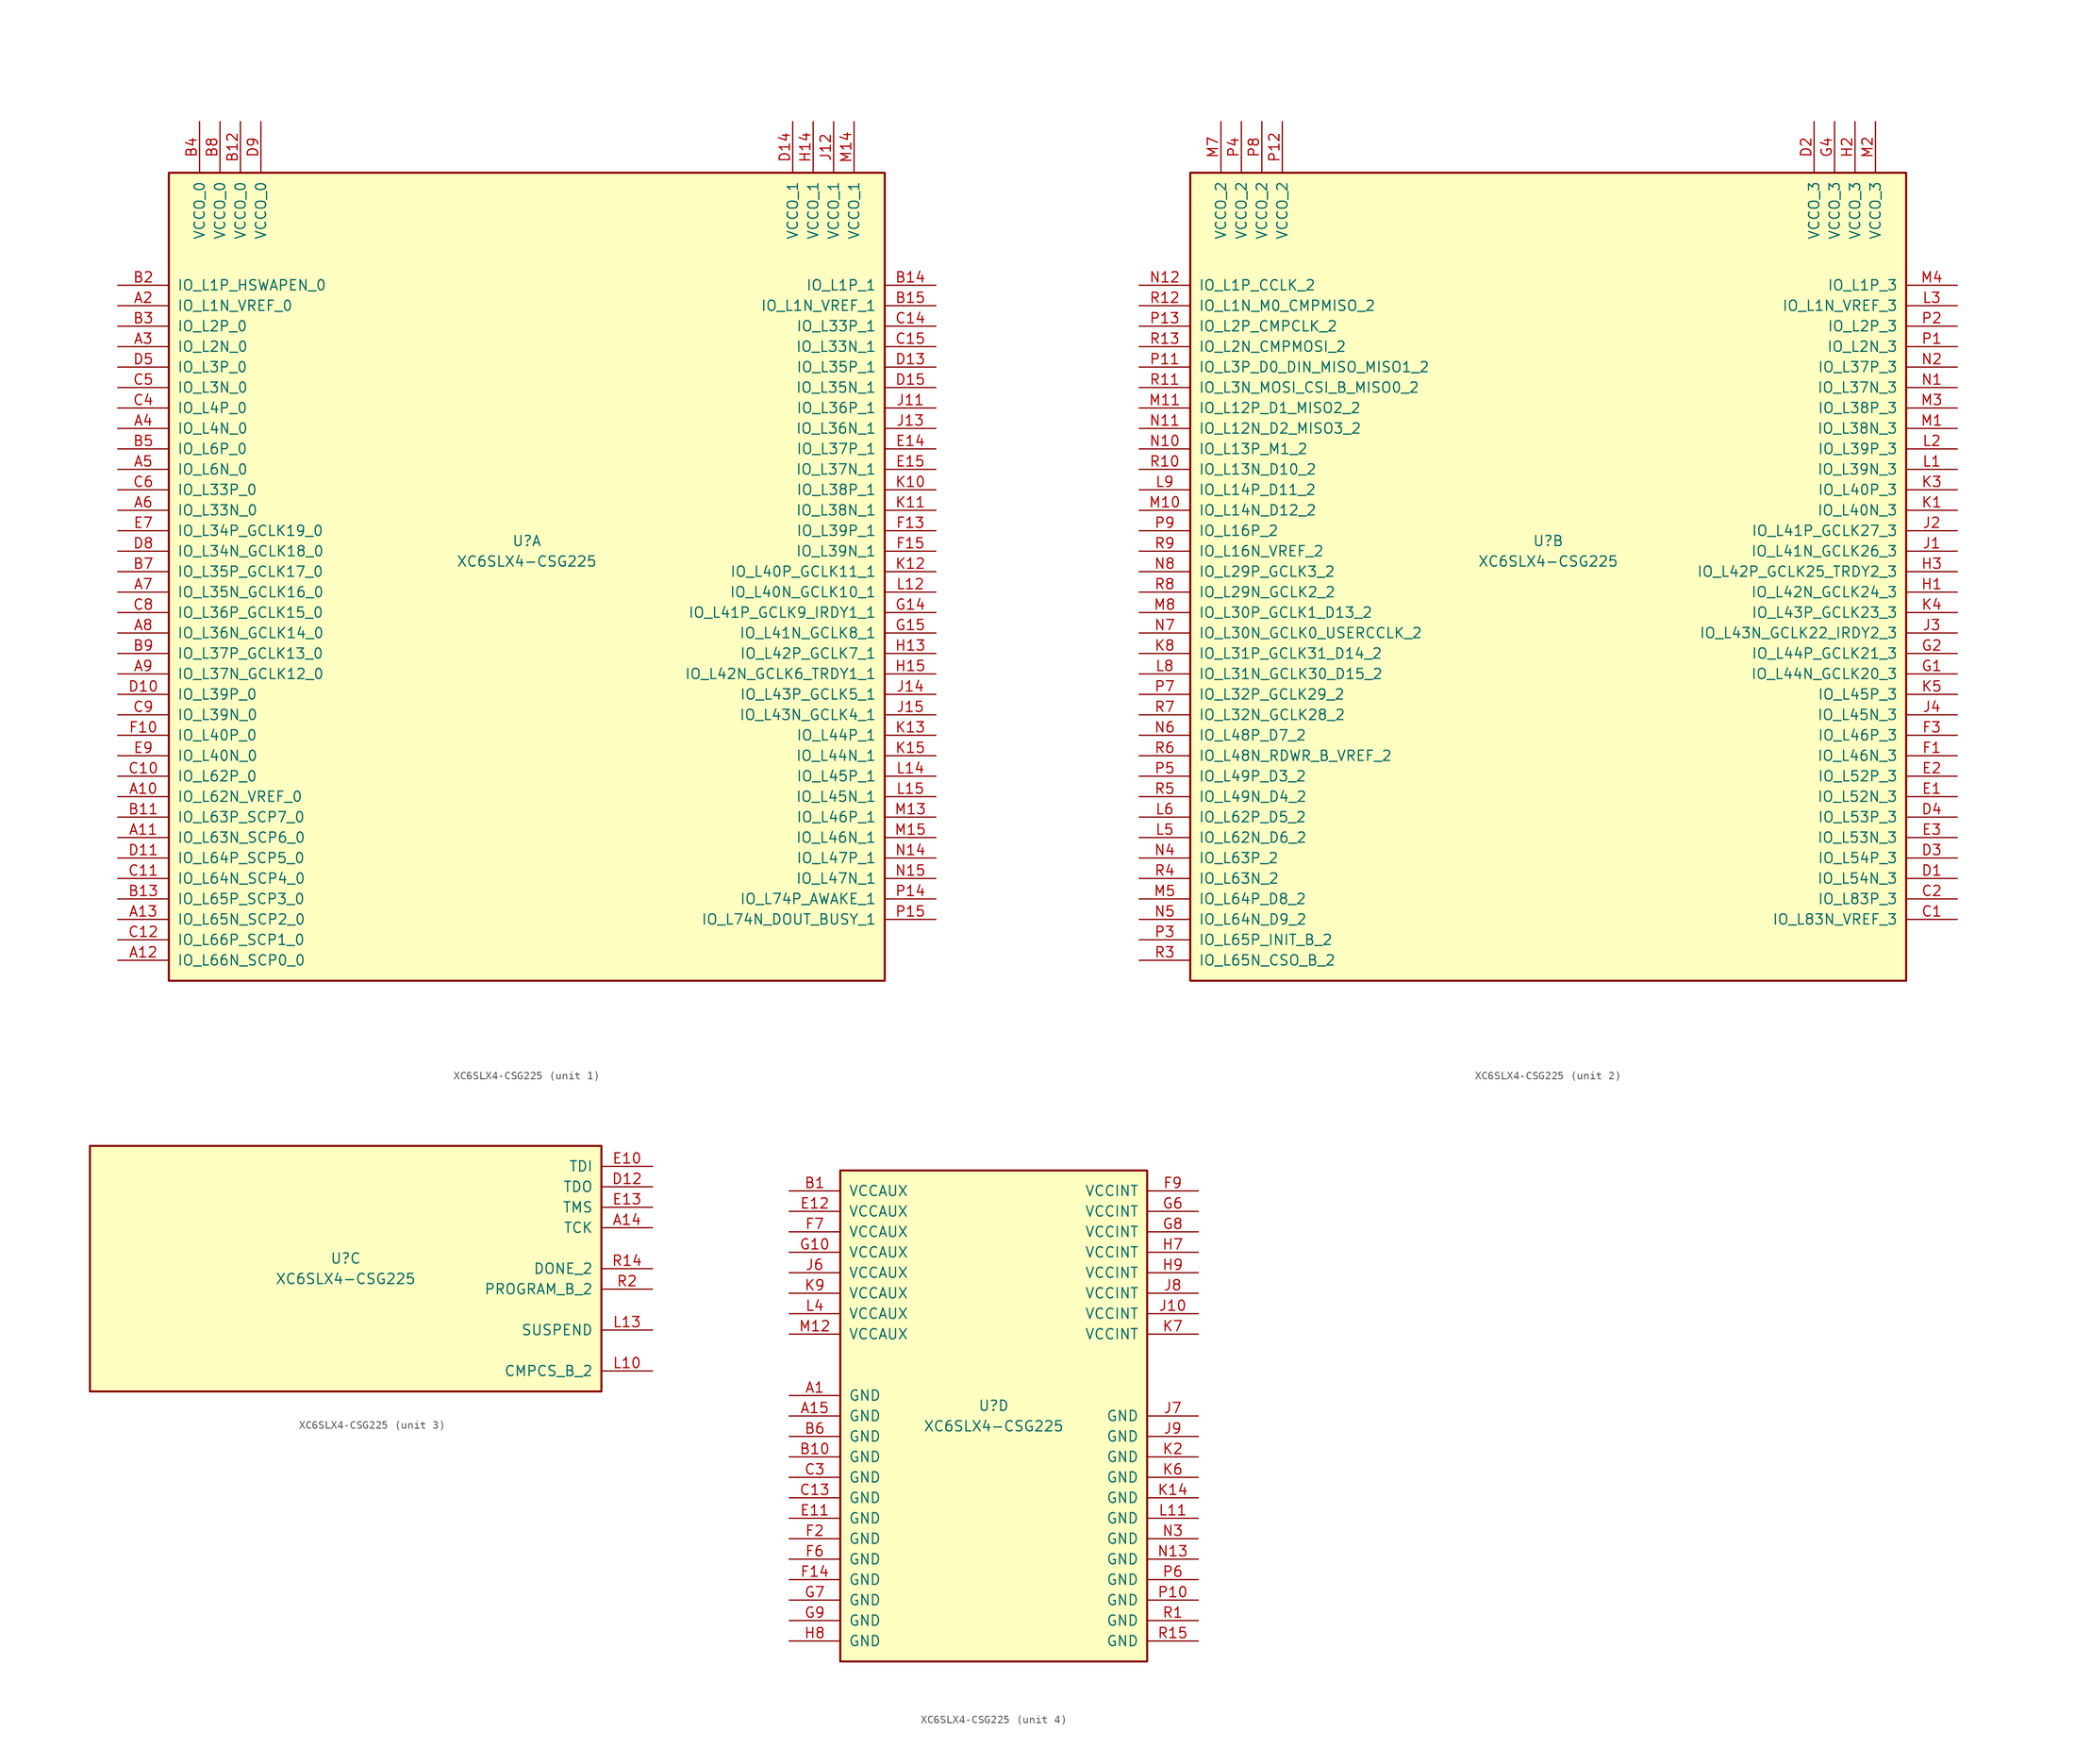
<source format=kicad_sym>
(kicad_symbol_lib
  (version 20201005)
  (generator kicad_symbol_editor)
  (symbol "XC6SLX4-CSG225"
    (pin_names
      (offset 1.016))
    (property "Reference" "U"
      (at 0 1.27 0)
      (effects (font (size 1.27 1.27))))
    (property "Value" "XC6SLX4-CSG225"
      (at 0 -1.27 0)
      (effects (font (size 1.27 1.27))))
    (property "Datasheet" ""
      (at 0 0 0)
      (effects (font (size 1.27 1.27))))
    (property "ki_locked" ""
      (at 0 0 0)
      (effects (font (size 1.27 1.27))))
    (symbol "XC6SLX4-CSG225_1_1"
      (rectangle (start -44.45 46.99) (end 44.45 -53.34) (stroke (width 0.254)) (fill (type background)))
      (pin power_in line (at -40.64 53.34 270) (length 6.35) (name "VCCO_0" (effects (font (size 1.27 1.27)))) (number "B4" (effects (font (size 1.27 1.27)))))
      (pin power_in line (at -38.1 53.34 270) (length 6.35) (name "VCCO_0" (effects (font (size 1.27 1.27)))) (number "B8" (effects (font (size 1.27 1.27)))))
      (pin power_in line (at -35.56 53.34 270) (length 6.35) (name "VCCO_0" (effects (font (size 1.27 1.27)))) (number "B12" (effects (font (size 1.27 1.27)))))
      (pin power_in line (at -33.02 53.34 270) (length 6.35) (name "VCCO_0" (effects (font (size 1.27 1.27)))) (number "D9" (effects (font (size 1.27 1.27)))))
      (pin bidirectional line (at -50.8 33.02 0) (length 6.35) (name "IO_L1P_HSWAPEN_0" (effects (font (size 1.27 1.27)))) (number "B2" (effects (font (size 1.27 1.27)))))
      (pin bidirectional line (at -50.8 30.48 0) (length 6.35) (name "IO_L1N_VREF_0" (effects (font (size 1.27 1.27)))) (number "A2" (effects (font (size 1.27 1.27)))))
      (pin bidirectional line (at -50.8 27.94 0) (length 6.35) (name "IO_L2P_0" (effects (font (size 1.27 1.27)))) (number "B3" (effects (font (size 1.27 1.27)))))
      (pin bidirectional line (at -50.8 25.4 0) (length 6.35) (name "IO_L2N_0" (effects (font (size 1.27 1.27)))) (number "A3" (effects (font (size 1.27 1.27)))))
      (pin bidirectional line (at -50.8 22.86 0) (length 6.35) (name "IO_L3P_0" (effects (font (size 1.27 1.27)))) (number "D5" (effects (font (size 1.27 1.27)))))
      (pin bidirectional line (at -50.8 20.32 0) (length 6.35) (name "IO_L3N_0" (effects (font (size 1.27 1.27)))) (number "C5" (effects (font (size 1.27 1.27)))))
      (pin bidirectional line (at -50.8 17.78 0) (length 6.35) (name "IO_L4P_0" (effects (font (size 1.27 1.27)))) (number "C4" (effects (font (size 1.27 1.27)))))
      (pin bidirectional line (at -50.8 15.24 0) (length 6.35) (name "IO_L4N_0" (effects (font (size 1.27 1.27)))) (number "A4" (effects (font (size 1.27 1.27)))))
      (pin bidirectional line (at -50.8 12.7 0) (length 6.35) (name "IO_L6P_0" (effects (font (size 1.27 1.27)))) (number "B5" (effects (font (size 1.27 1.27)))))
      (pin bidirectional line (at -50.8 10.16 0) (length 6.35) (name "IO_L6N_0" (effects (font (size 1.27 1.27)))) (number "A5" (effects (font (size 1.27 1.27)))))
      (pin bidirectional line (at -50.8 7.62 0) (length 6.35) (name "IO_L33P_0" (effects (font (size 1.27 1.27)))) (number "C6" (effects (font (size 1.27 1.27)))))
      (pin bidirectional line (at -50.8 5.08 0) (length 6.35) (name "IO_L33N_0" (effects (font (size 1.27 1.27)))) (number "A6" (effects (font (size 1.27 1.27)))))
      (pin bidirectional line (at -50.8 2.54 0) (length 6.35) (name "IO_L34P_GCLK19_0" (effects (font (size 1.27 1.27)))) (number "E7" (effects (font (size 1.27 1.27)))))
      (pin bidirectional line (at -50.8 0 0) (length 6.35) (name "IO_L34N_GCLK18_0" (effects (font (size 1.27 1.27)))) (number "D8" (effects (font (size 1.27 1.27)))))
      (pin bidirectional line (at -50.8 -2.54 0) (length 6.35) (name "IO_L35P_GCLK17_0" (effects (font (size 1.27 1.27)))) (number "B7" (effects (font (size 1.27 1.27)))))
      (pin bidirectional line (at -50.8 -5.08 0) (length 6.35) (name "IO_L35N_GCLK16_0" (effects (font (size 1.27 1.27)))) (number "A7" (effects (font (size 1.27 1.27)))))
      (pin bidirectional line (at -50.8 -7.62 0) (length 6.35) (name "IO_L36P_GCLK15_0" (effects (font (size 1.27 1.27)))) (number "C8" (effects (font (size 1.27 1.27)))))
      (pin bidirectional line (at -50.8 -10.16 0) (length 6.35) (name "IO_L36N_GCLK14_0" (effects (font (size 1.27 1.27)))) (number "A8" (effects (font (size 1.27 1.27)))))
      (pin bidirectional line (at -50.8 -12.7 0) (length 6.35) (name "IO_L37P_GCLK13_0" (effects (font (size 1.27 1.27)))) (number "B9" (effects (font (size 1.27 1.27)))))
      (pin bidirectional line (at -50.8 -15.24 0) (length 6.35) (name "IO_L37N_GCLK12_0" (effects (font (size 1.27 1.27)))) (number "A9" (effects (font (size 1.27 1.27)))))
      (pin bidirectional line (at -50.8 -17.78 0) (length 6.35) (name "IO_L39P_0" (effects (font (size 1.27 1.27)))) (number "D10" (effects (font (size 1.27 1.27)))))
      (pin bidirectional line (at -50.8 -20.32 0) (length 6.35) (name "IO_L39N_0" (effects (font (size 1.27 1.27)))) (number "C9" (effects (font (size 1.27 1.27)))))
      (pin bidirectional line (at -50.8 -22.86 0) (length 6.35) (name "IO_L40P_0" (effects (font (size 1.27 1.27)))) (number "F10" (effects (font (size 1.27 1.27)))))
      (pin bidirectional line (at -50.8 -25.4 0) (length 6.35) (name "IO_L40N_0" (effects (font (size 1.27 1.27)))) (number "E9" (effects (font (size 1.27 1.27)))))
      (pin bidirectional line (at -50.8 -27.94 0) (length 6.35) (name "IO_L62P_0" (effects (font (size 1.27 1.27)))) (number "C10" (effects (font (size 1.27 1.27)))))
      (pin bidirectional line (at -50.8 -30.48 0) (length 6.35) (name "IO_L62N_VREF_0" (effects (font (size 1.27 1.27)))) (number "A10" (effects (font (size 1.27 1.27)))))
      (pin bidirectional line (at -50.8 -33.02 0) (length 6.35) (name "IO_L63P_SCP7_0" (effects (font (size 1.27 1.27)))) (number "B11" (effects (font (size 1.27 1.27)))))
      (pin bidirectional line (at -50.8 -35.56 0) (length 6.35) (name "IO_L63N_SCP6_0" (effects (font (size 1.27 1.27)))) (number "A11" (effects (font (size 1.27 1.27)))))
      (pin bidirectional line (at -50.8 -38.1 0) (length 6.35) (name "IO_L64P_SCP5_0" (effects (font (size 1.27 1.27)))) (number "D11" (effects (font (size 1.27 1.27)))))
      (pin bidirectional line (at -50.8 -40.64 0) (length 6.35) (name "IO_L64N_SCP4_0" (effects (font (size 1.27 1.27)))) (number "C11" (effects (font (size 1.27 1.27)))))
      (pin bidirectional line (at -50.8 -43.18 0) (length 6.35) (name "IO_L65P_SCP3_0" (effects (font (size 1.27 1.27)))) (number "B13" (effects (font (size 1.27 1.27)))))
      (pin bidirectional line (at -50.8 -45.72 0) (length 6.35) (name "IO_L65N_SCP2_0" (effects (font (size 1.27 1.27)))) (number "A13" (effects (font (size 1.27 1.27)))))
      (pin bidirectional line (at -50.8 -48.26 0) (length 6.35) (name "IO_L66P_SCP1_0" (effects (font (size 1.27 1.27)))) (number "C12" (effects (font (size 1.27 1.27)))))
      (pin bidirectional line (at -50.8 -50.8 0) (length 6.35) (name "IO_L66N_SCP0_0" (effects (font (size 1.27 1.27)))) (number "A12" (effects (font (size 1.27 1.27)))))
      (pin power_in line (at 33.02 53.34 270) (length 6.35) (name "VCCO_1" (effects (font (size 1.27 1.27)))) (number "D14" (effects (font (size 1.27 1.27)))))
      (pin power_in line (at 35.56 53.34 270) (length 6.35) (name "VCCO_1" (effects (font (size 1.27 1.27)))) (number "H14" (effects (font (size 1.27 1.27)))))
      (pin power_in line (at 38.1 53.34 270) (length 6.35) (name "VCCO_1" (effects (font (size 1.27 1.27)))) (number "J12" (effects (font (size 1.27 1.27)))))
      (pin power_in line (at 40.64 53.34 270) (length 6.35) (name "VCCO_1" (effects (font (size 1.27 1.27)))) (number "M14" (effects (font (size 1.27 1.27)))))
      (pin bidirectional line (at 50.8 33.02 180) (length 6.35) (name "IO_L1P_1" (effects (font (size 1.27 1.27)))) (number "B14" (effects (font (size 1.27 1.27)))))
      (pin bidirectional line (at 50.8 30.48 180) (length 6.35) (name "IO_L1N_VREF_1" (effects (font (size 1.27 1.27)))) (number "B15" (effects (font (size 1.27 1.27)))))
      (pin bidirectional line (at 50.8 27.94 180) (length 6.35) (name "IO_L33P_1" (effects (font (size 1.27 1.27)))) (number "C14" (effects (font (size 1.27 1.27)))))
      (pin bidirectional line (at 50.8 25.4 180) (length 6.35) (name "IO_L33N_1" (effects (font (size 1.27 1.27)))) (number "C15" (effects (font (size 1.27 1.27)))))
      (pin bidirectional line (at 50.8 22.86 180) (length 6.35) (name "IO_L35P_1" (effects (font (size 1.27 1.27)))) (number "D13" (effects (font (size 1.27 1.27)))))
      (pin bidirectional line (at 50.8 20.32 180) (length 6.35) (name "IO_L35N_1" (effects (font (size 1.27 1.27)))) (number "D15" (effects (font (size 1.27 1.27)))))
      (pin bidirectional line (at 50.8 17.78 180) (length 6.35) (name "IO_L36P_1" (effects (font (size 1.27 1.27)))) (number "J11" (effects (font (size 1.27 1.27)))))
      (pin bidirectional line (at 50.8 15.24 180) (length 6.35) (name "IO_L36N_1" (effects (font (size 1.27 1.27)))) (number "J13" (effects (font (size 1.27 1.27)))))
      (pin bidirectional line (at 50.8 12.7 180) (length 6.35) (name "IO_L37P_1" (effects (font (size 1.27 1.27)))) (number "E14" (effects (font (size 1.27 1.27)))))
      (pin bidirectional line (at 50.8 10.16 180) (length 6.35) (name "IO_L37N_1" (effects (font (size 1.27 1.27)))) (number "E15" (effects (font (size 1.27 1.27)))))
      (pin bidirectional line (at 50.8 7.62 180) (length 6.35) (name "IO_L38P_1" (effects (font (size 1.27 1.27)))) (number "K10" (effects (font (size 1.27 1.27)))))
      (pin bidirectional line (at 50.8 5.08 180) (length 6.35) (name "IO_L38N_1" (effects (font (size 1.27 1.27)))) (number "K11" (effects (font (size 1.27 1.27)))))
      (pin bidirectional line (at 50.8 2.54 180) (length 6.35) (name "IO_L39P_1" (effects (font (size 1.27 1.27)))) (number "F13" (effects (font (size 1.27 1.27)))))
      (pin bidirectional line (at 50.8 0 180) (length 6.35) (name "IO_L39N_1" (effects (font (size 1.27 1.27)))) (number "F15" (effects (font (size 1.27 1.27)))))
      (pin bidirectional line (at 50.8 -2.54 180) (length 6.35) (name "IO_L40P_GCLK11_1" (effects (font (size 1.27 1.27)))) (number "K12" (effects (font (size 1.27 1.27)))))
      (pin bidirectional line (at 50.8 -5.08 180) (length 6.35) (name "IO_L40N_GCLK10_1" (effects (font (size 1.27 1.27)))) (number "L12" (effects (font (size 1.27 1.27)))))
      (pin bidirectional line (at 50.8 -7.62 180) (length 6.35) (name "IO_L41P_GCLK9_IRDY1_1" (effects (font (size 1.27 1.27)))) (number "G14" (effects (font (size 1.27 1.27)))))
      (pin bidirectional line (at 50.8 -10.16 180) (length 6.35) (name "IO_L41N_GCLK8_1" (effects (font (size 1.27 1.27)))) (number "G15" (effects (font (size 1.27 1.27)))))
      (pin bidirectional line (at 50.8 -12.7 180) (length 6.35) (name "IO_L42P_GCLK7_1" (effects (font (size 1.27 1.27)))) (number "H13" (effects (font (size 1.27 1.27)))))
      (pin bidirectional line (at 50.8 -15.24 180) (length 6.35) (name "IO_L42N_GCLK6_TRDY1_1" (effects (font (size 1.27 1.27)))) (number "H15" (effects (font (size 1.27 1.27)))))
      (pin bidirectional line (at 50.8 -17.78 180) (length 6.35) (name "IO_L43P_GCLK5_1" (effects (font (size 1.27 1.27)))) (number "J14" (effects (font (size 1.27 1.27)))))
      (pin bidirectional line (at 50.8 -20.32 180) (length 6.35) (name "IO_L43N_GCLK4_1" (effects (font (size 1.27 1.27)))) (number "J15" (effects (font (size 1.27 1.27)))))
      (pin bidirectional line (at 50.8 -22.86 180) (length 6.35) (name "IO_L44P_1" (effects (font (size 1.27 1.27)))) (number "K13" (effects (font (size 1.27 1.27)))))
      (pin bidirectional line (at 50.8 -25.4 180) (length 6.35) (name "IO_L44N_1" (effects (font (size 1.27 1.27)))) (number "K15" (effects (font (size 1.27 1.27)))))
      (pin bidirectional line (at 50.8 -27.94 180) (length 6.35) (name "IO_L45P_1" (effects (font (size 1.27 1.27)))) (number "L14" (effects (font (size 1.27 1.27)))))
      (pin bidirectional line (at 50.8 -30.48 180) (length 6.35) (name "IO_L45N_1" (effects (font (size 1.27 1.27)))) (number "L15" (effects (font (size 1.27 1.27)))))
      (pin bidirectional line (at 50.8 -33.02 180) (length 6.35) (name "IO_L46P_1" (effects (font (size 1.27 1.27)))) (number "M13" (effects (font (size 1.27 1.27)))))
      (pin bidirectional line (at 50.8 -35.56 180) (length 6.35) (name "IO_L46N_1" (effects (font (size 1.27 1.27)))) (number "M15" (effects (font (size 1.27 1.27)))))
      (pin bidirectional line (at 50.8 -38.1 180) (length 6.35) (name "IO_L47P_1" (effects (font (size 1.27 1.27)))) (number "N14" (effects (font (size 1.27 1.27)))))
      (pin bidirectional line (at 50.8 -40.64 180) (length 6.35) (name "IO_L47N_1" (effects (font (size 1.27 1.27)))) (number "N15" (effects (font (size 1.27 1.27)))))
      (pin bidirectional line (at 50.8 -43.18 180) (length 6.35) (name "IO_L74P_AWAKE_1" (effects (font (size 1.27 1.27)))) (number "P14" (effects (font (size 1.27 1.27)))))
      (pin bidirectional line (at 50.8 -45.72 180) (length 6.35) (name "IO_L74N_DOUT_BUSY_1" (effects (font (size 1.27 1.27)))) (number "P15" (effects (font (size 1.27 1.27))))))
    (symbol "XC6SLX4-CSG225_2_1"
      (rectangle (start -44.45 46.99) (end 44.45 -53.34) (stroke (width 0.254)) (fill (type background)))
      (pin power_in line (at -40.64 53.34 270) (length 6.35) (name "VCCO_2" (effects (font (size 1.27 1.27)))) (number "M7" (effects (font (size 1.27 1.27)))))
      (pin power_in line (at -38.1 53.34 270) (length 6.35) (name "VCCO_2" (effects (font (size 1.27 1.27)))) (number "P4" (effects (font (size 1.27 1.27)))))
      (pin power_in line (at -35.56 53.34 270) (length 6.35) (name "VCCO_2" (effects (font (size 1.27 1.27)))) (number "P8" (effects (font (size 1.27 1.27)))))
      (pin power_in line (at -33.02 53.34 270) (length 6.35) (name "VCCO_2" (effects (font (size 1.27 1.27)))) (number "P12" (effects (font (size 1.27 1.27)))))
      (pin bidirectional line (at -50.8 33.02 0) (length 6.35) (name "IO_L1P_CCLK_2" (effects (font (size 1.27 1.27)))) (number "N12" (effects (font (size 1.27 1.27)))))
      (pin bidirectional line (at -50.8 30.48 0) (length 6.35) (name "IO_L1N_M0_CMPMISO_2" (effects (font (size 1.27 1.27)))) (number "R12" (effects (font (size 1.27 1.27)))))
      (pin bidirectional line (at -50.8 27.94 0) (length 6.35) (name "IO_L2P_CMPCLK_2" (effects (font (size 1.27 1.27)))) (number "P13" (effects (font (size 1.27 1.27)))))
      (pin bidirectional line (at -50.8 25.4 0) (length 6.35) (name "IO_L2N_CMPMOSI_2" (effects (font (size 1.27 1.27)))) (number "R13" (effects (font (size 1.27 1.27)))))
      (pin bidirectional line (at -50.8 22.86 0) (length 6.35) (name "IO_L3P_D0_DIN_MISO_MISO1_2" (effects (font (size 1.27 1.27)))) (number "P11" (effects (font (size 1.27 1.27)))))
      (pin bidirectional line (at -50.8 20.32 0) (length 6.35) (name "IO_L3N_MOSI_CSI_B_MISO0_2" (effects (font (size 1.27 1.27)))) (number "R11" (effects (font (size 1.27 1.27)))))
      (pin bidirectional line (at -50.8 17.78 0) (length 6.35) (name "IO_L12P_D1_MISO2_2" (effects (font (size 1.27 1.27)))) (number "M11" (effects (font (size 1.27 1.27)))))
      (pin bidirectional line (at -50.8 15.24 0) (length 6.35) (name "IO_L12N_D2_MISO3_2" (effects (font (size 1.27 1.27)))) (number "N11" (effects (font (size 1.27 1.27)))))
      (pin bidirectional line (at -50.8 12.7 0) (length 6.35) (name "IO_L13P_M1_2" (effects (font (size 1.27 1.27)))) (number "N10" (effects (font (size 1.27 1.27)))))
      (pin bidirectional line (at -50.8 10.16 0) (length 6.35) (name "IO_L13N_D10_2" (effects (font (size 1.27 1.27)))) (number "R10" (effects (font (size 1.27 1.27)))))
      (pin bidirectional line (at -50.8 7.62 0) (length 6.35) (name "IO_L14P_D11_2" (effects (font (size 1.27 1.27)))) (number "L9" (effects (font (size 1.27 1.27)))))
      (pin bidirectional line (at -50.8 5.08 0) (length 6.35) (name "IO_L14N_D12_2" (effects (font (size 1.27 1.27)))) (number "M10" (effects (font (size 1.27 1.27)))))
      (pin bidirectional line (at -50.8 2.54 0) (length 6.35) (name "IO_L16P_2" (effects (font (size 1.27 1.27)))) (number "P9" (effects (font (size 1.27 1.27)))))
      (pin bidirectional line (at -50.8 0 0) (length 6.35) (name "IO_L16N_VREF_2" (effects (font (size 1.27 1.27)))) (number "R9" (effects (font (size 1.27 1.27)))))
      (pin bidirectional line (at -50.8 -2.54 0) (length 6.35) (name "IO_L29P_GCLK3_2" (effects (font (size 1.27 1.27)))) (number "N8" (effects (font (size 1.27 1.27)))))
      (pin bidirectional line (at -50.8 -5.08 0) (length 6.35) (name "IO_L29N_GCLK2_2" (effects (font (size 1.27 1.27)))) (number "R8" (effects (font (size 1.27 1.27)))))
      (pin bidirectional line (at -50.8 -7.62 0) (length 6.35) (name "IO_L30P_GCLK1_D13_2" (effects (font (size 1.27 1.27)))) (number "M8" (effects (font (size 1.27 1.27)))))
      (pin bidirectional line (at -50.8 -10.16 0) (length 6.35) (name "IO_L30N_GCLK0_USERCCLK_2" (effects (font (size 1.27 1.27)))) (number "N7" (effects (font (size 1.27 1.27)))))
      (pin bidirectional line (at -50.8 -12.7 0) (length 6.35) (name "IO_L31P_GCLK31_D14_2" (effects (font (size 1.27 1.27)))) (number "K8" (effects (font (size 1.27 1.27)))))
      (pin bidirectional line (at -50.8 -15.24 0) (length 6.35) (name "IO_L31N_GCLK30_D15_2" (effects (font (size 1.27 1.27)))) (number "L8" (effects (font (size 1.27 1.27)))))
      (pin bidirectional line (at -50.8 -17.78 0) (length 6.35) (name "IO_L32P_GCLK29_2" (effects (font (size 1.27 1.27)))) (number "P7" (effects (font (size 1.27 1.27)))))
      (pin bidirectional line (at -50.8 -20.32 0) (length 6.35) (name "IO_L32N_GCLK28_2" (effects (font (size 1.27 1.27)))) (number "R7" (effects (font (size 1.27 1.27)))))
      (pin bidirectional line (at -50.8 -22.86 0) (length 6.35) (name "IO_L48P_D7_2" (effects (font (size 1.27 1.27)))) (number "N6" (effects (font (size 1.27 1.27)))))
      (pin bidirectional line (at -50.8 -25.4 0) (length 6.35) (name "IO_L48N_RDWR_B_VREF_2" (effects (font (size 1.27 1.27)))) (number "R6" (effects (font (size 1.27 1.27)))))
      (pin bidirectional line (at -50.8 -27.94 0) (length 6.35) (name "IO_L49P_D3_2" (effects (font (size 1.27 1.27)))) (number "P5" (effects (font (size 1.27 1.27)))))
      (pin bidirectional line (at -50.8 -30.48 0) (length 6.35) (name "IO_L49N_D4_2" (effects (font (size 1.27 1.27)))) (number "R5" (effects (font (size 1.27 1.27)))))
      (pin bidirectional line (at -50.8 -33.02 0) (length 6.35) (name "IO_L62P_D5_2" (effects (font (size 1.27 1.27)))) (number "L6" (effects (font (size 1.27 1.27)))))
      (pin bidirectional line (at -50.8 -35.56 0) (length 6.35) (name "IO_L62N_D6_2" (effects (font (size 1.27 1.27)))) (number "L5" (effects (font (size 1.27 1.27)))))
      (pin bidirectional line (at -50.8 -38.1 0) (length 6.35) (name "IO_L63P_2" (effects (font (size 1.27 1.27)))) (number "N4" (effects (font (size 1.27 1.27)))))
      (pin bidirectional line (at -50.8 -40.64 0) (length 6.35) (name "IO_L63N_2" (effects (font (size 1.27 1.27)))) (number "R4" (effects (font (size 1.27 1.27)))))
      (pin bidirectional line (at -50.8 -43.18 0) (length 6.35) (name "IO_L64P_D8_2" (effects (font (size 1.27 1.27)))) (number "M5" (effects (font (size 1.27 1.27)))))
      (pin bidirectional line (at -50.8 -45.72 0) (length 6.35) (name "IO_L64N_D9_2" (effects (font (size 1.27 1.27)))) (number "N5" (effects (font (size 1.27 1.27)))))
      (pin bidirectional line (at -50.8 -48.26 0) (length 6.35) (name "IO_L65P_INIT_B_2" (effects (font (size 1.27 1.27)))) (number "P3" (effects (font (size 1.27 1.27)))))
      (pin bidirectional line (at -50.8 -50.8 0) (length 6.35) (name "IO_L65N_CSO_B_2" (effects (font (size 1.27 1.27)))) (number "R3" (effects (font (size 1.27 1.27)))))
      (pin power_in line (at 33.02 53.34 270) (length 6.35) (name "VCCO_3" (effects (font (size 1.27 1.27)))) (number "D2" (effects (font (size 1.27 1.27)))))
      (pin power_in line (at 35.56 53.34 270) (length 6.35) (name "VCCO_3" (effects (font (size 1.27 1.27)))) (number "G4" (effects (font (size 1.27 1.27)))))
      (pin power_in line (at 38.1 53.34 270) (length 6.35) (name "VCCO_3" (effects (font (size 1.27 1.27)))) (number "H2" (effects (font (size 1.27 1.27)))))
      (pin power_in line (at 40.64 53.34 270) (length 6.35) (name "VCCO_3" (effects (font (size 1.27 1.27)))) (number "M2" (effects (font (size 1.27 1.27)))))
      (pin bidirectional line (at 50.8 33.02 180) (length 6.35) (name "IO_L1P_3" (effects (font (size 1.27 1.27)))) (number "M4" (effects (font (size 1.27 1.27)))))
      (pin bidirectional line (at 50.8 30.48 180) (length 6.35) (name "IO_L1N_VREF_3" (effects (font (size 1.27 1.27)))) (number "L3" (effects (font (size 1.27 1.27)))))
      (pin bidirectional line (at 50.8 27.94 180) (length 6.35) (name "IO_L2P_3" (effects (font (size 1.27 1.27)))) (number "P2" (effects (font (size 1.27 1.27)))))
      (pin bidirectional line (at 50.8 25.4 180) (length 6.35) (name "IO_L2N_3" (effects (font (size 1.27 1.27)))) (number "P1" (effects (font (size 1.27 1.27)))))
      (pin bidirectional line (at 50.8 22.86 180) (length 6.35) (name "IO_L37P_3" (effects (font (size 1.27 1.27)))) (number "N2" (effects (font (size 1.27 1.27)))))
      (pin bidirectional line (at 50.8 20.32 180) (length 6.35) (name "IO_L37N_3" (effects (font (size 1.27 1.27)))) (number "N1" (effects (font (size 1.27 1.27)))))
      (pin bidirectional line (at 50.8 17.78 180) (length 6.35) (name "IO_L38P_3" (effects (font (size 1.27 1.27)))) (number "M3" (effects (font (size 1.27 1.27)))))
      (pin bidirectional line (at 50.8 15.24 180) (length 6.35) (name "IO_L38N_3" (effects (font (size 1.27 1.27)))) (number "M1" (effects (font (size 1.27 1.27)))))
      (pin bidirectional line (at 50.8 12.7 180) (length 6.35) (name "IO_L39P_3" (effects (font (size 1.27 1.27)))) (number "L2" (effects (font (size 1.27 1.27)))))
      (pin bidirectional line (at 50.8 10.16 180) (length 6.35) (name "IO_L39N_3" (effects (font (size 1.27 1.27)))) (number "L1" (effects (font (size 1.27 1.27)))))
      (pin bidirectional line (at 50.8 7.62 180) (length 6.35) (name "IO_L40P_3" (effects (font (size 1.27 1.27)))) (number "K3" (effects (font (size 1.27 1.27)))))
      (pin bidirectional line (at 50.8 5.08 180) (length 6.35) (name "IO_L40N_3" (effects (font (size 1.27 1.27)))) (number "K1" (effects (font (size 1.27 1.27)))))
      (pin bidirectional line (at 50.8 2.54 180) (length 6.35) (name "IO_L41P_GCLK27_3" (effects (font (size 1.27 1.27)))) (number "J2" (effects (font (size 1.27 1.27)))))
      (pin bidirectional line (at 50.8 0 180) (length 6.35) (name "IO_L41N_GCLK26_3" (effects (font (size 1.27 1.27)))) (number "J1" (effects (font (size 1.27 1.27)))))
      (pin bidirectional line (at 50.8 -2.54 180) (length 6.35) (name "IO_L42P_GCLK25_TRDY2_3" (effects (font (size 1.27 1.27)))) (number "H3" (effects (font (size 1.27 1.27)))))
      (pin bidirectional line (at 50.8 -5.08 180) (length 6.35) (name "IO_L42N_GCLK24_3" (effects (font (size 1.27 1.27)))) (number "H1" (effects (font (size 1.27 1.27)))))
      (pin bidirectional line (at 50.8 -7.62 180) (length 6.35) (name "IO_L43P_GCLK23_3" (effects (font (size 1.27 1.27)))) (number "K4" (effects (font (size 1.27 1.27)))))
      (pin bidirectional line (at 50.8 -10.16 180) (length 6.35) (name "IO_L43N_GCLK22_IRDY2_3" (effects (font (size 1.27 1.27)))) (number "J3" (effects (font (size 1.27 1.27)))))
      (pin bidirectional line (at 50.8 -12.7 180) (length 6.35) (name "IO_L44P_GCLK21_3" (effects (font (size 1.27 1.27)))) (number "G2" (effects (font (size 1.27 1.27)))))
      (pin bidirectional line (at 50.8 -15.24 180) (length 6.35) (name "IO_L44N_GCLK20_3" (effects (font (size 1.27 1.27)))) (number "G1" (effects (font (size 1.27 1.27)))))
      (pin bidirectional line (at 50.8 -17.78 180) (length 6.35) (name "IO_L45P_3" (effects (font (size 1.27 1.27)))) (number "K5" (effects (font (size 1.27 1.27)))))
      (pin bidirectional line (at 50.8 -20.32 180) (length 6.35) (name "IO_L45N_3" (effects (font (size 1.27 1.27)))) (number "J4" (effects (font (size 1.27 1.27)))))
      (pin bidirectional line (at 50.8 -22.86 180) (length 6.35) (name "IO_L46P_3" (effects (font (size 1.27 1.27)))) (number "F3" (effects (font (size 1.27 1.27)))))
      (pin bidirectional line (at 50.8 -25.4 180) (length 6.35) (name "IO_L46N_3" (effects (font (size 1.27 1.27)))) (number "F1" (effects (font (size 1.27 1.27)))))
      (pin bidirectional line (at 50.8 -27.94 180) (length 6.35) (name "IO_L52P_3" (effects (font (size 1.27 1.27)))) (number "E2" (effects (font (size 1.27 1.27)))))
      (pin bidirectional line (at 50.8 -30.48 180) (length 6.35) (name "IO_L52N_3" (effects (font (size 1.27 1.27)))) (number "E1" (effects (font (size 1.27 1.27)))))
      (pin bidirectional line (at 50.8 -33.02 180) (length 6.35) (name "IO_L53P_3" (effects (font (size 1.27 1.27)))) (number "D4" (effects (font (size 1.27 1.27)))))
      (pin bidirectional line (at 50.8 -35.56 180) (length 6.35) (name "IO_L53N_3" (effects (font (size 1.27 1.27)))) (number "E3" (effects (font (size 1.27 1.27)))))
      (pin bidirectional line (at 50.8 -38.1 180) (length 6.35) (name "IO_L54P_3" (effects (font (size 1.27 1.27)))) (number "D3" (effects (font (size 1.27 1.27)))))
      (pin bidirectional line (at 50.8 -40.64 180) (length 6.35) (name "IO_L54N_3" (effects (font (size 1.27 1.27)))) (number "D1" (effects (font (size 1.27 1.27)))))
      (pin bidirectional line (at 50.8 -43.18 180) (length 6.35) (name "IO_L83P_3" (effects (font (size 1.27 1.27)))) (number "C2" (effects (font (size 1.27 1.27)))))
      (pin bidirectional line (at 50.8 -45.72 180) (length 6.35) (name "IO_L83N_VREF_3" (effects (font (size 1.27 1.27)))) (number "C1" (effects (font (size 1.27 1.27))))))
    (symbol "XC6SLX4-CSG225_3_1"
      (rectangle (start -31.75 15.24) (end 31.75 -15.24) (stroke (width 0.254)) (fill (type background)))
      (pin bidirectional line (at 38.1 12.7 180) (length 6.35) (name "TDI" (effects (font (size 1.27 1.27)))) (number "E10" (effects (font (size 1.27 1.27)))))
      (pin bidirectional line (at 38.1 10.16 180) (length 6.35) (name "TDO" (effects (font (size 1.27 1.27)))) (number "D12" (effects (font (size 1.27 1.27)))))
      (pin bidirectional line (at 38.1 7.62 180) (length 6.35) (name "TMS" (effects (font (size 1.27 1.27)))) (number "E13" (effects (font (size 1.27 1.27)))))
      (pin bidirectional line (at 38.1 5.08 180) (length 6.35) (name "TCK" (effects (font (size 1.27 1.27)))) (number "A14" (effects (font (size 1.27 1.27)))))
      (pin bidirectional line (at 38.1 0 180) (length 6.35) (name "DONE_2" (effects (font (size 1.27 1.27)))) (number "R14" (effects (font (size 1.27 1.27)))))
      (pin bidirectional line (at 38.1 -2.54 180) (length 6.35) (name "PROGRAM_B_2" (effects (font (size 1.27 1.27)))) (number "R2" (effects (font (size 1.27 1.27)))))
      (pin bidirectional line (at 38.1 -7.62 180) (length 6.35) (name "SUSPEND" (effects (font (size 1.27 1.27)))) (number "L13" (effects (font (size 1.27 1.27)))))
      (pin bidirectional line (at 38.1 -12.7 180) (length 6.35) (name "CMPCS_B_2" (effects (font (size 1.27 1.27)))) (number "L10" (effects (font (size 1.27 1.27))))))
    (symbol "XC6SLX4-CSG225_4_1"
      (rectangle (start -19.05 30.48) (end 19.05 -30.48) (stroke (width 0.254)) (fill (type background)))
      (pin power_in line (at -25.4 27.94 0) (length 6.35) (name "VCCAUX" (effects (font (size 1.27 1.27)))) (number "B1" (effects (font (size 1.27 1.27)))))
      (pin power_in line (at -25.4 25.4 0) (length 6.35) (name "VCCAUX" (effects (font (size 1.27 1.27)))) (number "E12" (effects (font (size 1.27 1.27)))))
      (pin power_in line (at -25.4 22.86 0) (length 6.35) (name "VCCAUX" (effects (font (size 1.27 1.27)))) (number "F7" (effects (font (size 1.27 1.27)))))
      (pin power_in line (at -25.4 20.32 0) (length 6.35) (name "VCCAUX" (effects (font (size 1.27 1.27)))) (number "G10" (effects (font (size 1.27 1.27)))))
      (pin power_in line (at -25.4 17.78 0) (length 6.35) (name "VCCAUX" (effects (font (size 1.27 1.27)))) (number "J6" (effects (font (size 1.27 1.27)))))
      (pin power_in line (at -25.4 15.24 0) (length 6.35) (name "VCCAUX" (effects (font (size 1.27 1.27)))) (number "K9" (effects (font (size 1.27 1.27)))))
      (pin power_in line (at -25.4 12.7 0) (length 6.35) (name "VCCAUX" (effects (font (size 1.27 1.27)))) (number "L4" (effects (font (size 1.27 1.27)))))
      (pin power_in line (at -25.4 10.16 0) (length 6.35) (name "VCCAUX" (effects (font (size 1.27 1.27)))) (number "M12" (effects (font (size 1.27 1.27)))))
      (pin power_in line (at -25.4 2.54 0) (length 6.35) (name "GND" (effects (font (size 1.27 1.27)))) (number "A1" (effects (font (size 1.27 1.27)))))
      (pin power_in line (at -25.4 0 0) (length 6.35) (name "GND" (effects (font (size 1.27 1.27)))) (number "A15" (effects (font (size 1.27 1.27)))))
      (pin power_in line (at -25.4 -2.54 0) (length 6.35) (name "GND" (effects (font (size 1.27 1.27)))) (number "B6" (effects (font (size 1.27 1.27)))))
      (pin power_in line (at -25.4 -5.08 0) (length 6.35) (name "GND" (effects (font (size 1.27 1.27)))) (number "B10" (effects (font (size 1.27 1.27)))))
      (pin power_in line (at -25.4 -7.62 0) (length 6.35) (name "GND" (effects (font (size 1.27 1.27)))) (number "C3" (effects (font (size 1.27 1.27)))))
      (pin power_in line (at -25.4 -10.16 0) (length 6.35) (name "GND" (effects (font (size 1.27 1.27)))) (number "C13" (effects (font (size 1.27 1.27)))))
      (pin power_in line (at -25.4 -12.7 0) (length 6.35) (name "GND" (effects (font (size 1.27 1.27)))) (number "E11" (effects (font (size 1.27 1.27)))))
      (pin power_in line (at -25.4 -15.24 0) (length 6.35) (name "GND" (effects (font (size 1.27 1.27)))) (number "F2" (effects (font (size 1.27 1.27)))))
      (pin power_in line (at -25.4 -17.78 0) (length 6.35) (name "GND" (effects (font (size 1.27 1.27)))) (number "F6" (effects (font (size 1.27 1.27)))))
      (pin power_in line (at -25.4 -20.32 0) (length 6.35) (name "GND" (effects (font (size 1.27 1.27)))) (number "F14" (effects (font (size 1.27 1.27)))))
      (pin power_in line (at -25.4 -22.86 0) (length 6.35) (name "GND" (effects (font (size 1.27 1.27)))) (number "G7" (effects (font (size 1.27 1.27)))))
      (pin power_in line (at -25.4 -25.4 0) (length 6.35) (name "GND" (effects (font (size 1.27 1.27)))) (number "G9" (effects (font (size 1.27 1.27)))))
      (pin power_in line (at -25.4 -27.94 0) (length 6.35) (name "GND" (effects (font (size 1.27 1.27)))) (number "H8" (effects (font (size 1.27 1.27)))))
      (pin power_in line (at 25.4 27.94 180) (length 6.35) (name "VCCINT" (effects (font (size 1.27 1.27)))) (number "F9" (effects (font (size 1.27 1.27)))))
      (pin power_in line (at 25.4 25.4 180) (length 6.35) (name "VCCINT" (effects (font (size 1.27 1.27)))) (number "G6" (effects (font (size 1.27 1.27)))))
      (pin power_in line (at 25.4 22.86 180) (length 6.35) (name "VCCINT" (effects (font (size 1.27 1.27)))) (number "G8" (effects (font (size 1.27 1.27)))))
      (pin power_in line (at 25.4 20.32 180) (length 6.35) (name "VCCINT" (effects (font (size 1.27 1.27)))) (number "H7" (effects (font (size 1.27 1.27)))))
      (pin power_in line (at 25.4 17.78 180) (length 6.35) (name "VCCINT" (effects (font (size 1.27 1.27)))) (number "H9" (effects (font (size 1.27 1.27)))))
      (pin power_in line (at 25.4 15.24 180) (length 6.35) (name "VCCINT" (effects (font (size 1.27 1.27)))) (number "J8" (effects (font (size 1.27 1.27)))))
      (pin power_in line (at 25.4 12.7 180) (length 6.35) (name "VCCINT" (effects (font (size 1.27 1.27)))) (number "J10" (effects (font (size 1.27 1.27)))))
      (pin power_in line (at 25.4 10.16 180) (length 6.35) (name "VCCINT" (effects (font (size 1.27 1.27)))) (number "K7" (effects (font (size 1.27 1.27)))))
      (pin power_in line (at 25.4 0 180) (length 6.35) (name "GND" (effects (font (size 1.27 1.27)))) (number "J7" (effects (font (size 1.27 1.27)))))
      (pin power_in line (at 25.4 -2.54 180) (length 6.35) (name "GND" (effects (font (size 1.27 1.27)))) (number "J9" (effects (font (size 1.27 1.27)))))
      (pin power_in line (at 25.4 -5.08 180) (length 6.35) (name "GND" (effects (font (size 1.27 1.27)))) (number "K2" (effects (font (size 1.27 1.27)))))
      (pin power_in line (at 25.4 -7.62 180) (length 6.35) (name "GND" (effects (font (size 1.27 1.27)))) (number "K6" (effects (font (size 1.27 1.27)))))
      (pin power_in line (at 25.4 -10.16 180) (length 6.35) (name "GND" (effects (font (size 1.27 1.27)))) (number "K14" (effects (font (size 1.27 1.27)))))
      (pin power_in line (at 25.4 -12.7 180) (length 6.35) (name "GND" (effects (font (size 1.27 1.27)))) (number "L11" (effects (font (size 1.27 1.27)))))
      (pin power_in line (at 25.4 -15.24 180) (length 6.35) (name "GND" (effects (font (size 1.27 1.27)))) (number "N3" (effects (font (size 1.27 1.27)))))
      (pin power_in line (at 25.4 -17.78 180) (length 6.35) (name "GND" (effects (font (size 1.27 1.27)))) (number "N13" (effects (font (size 1.27 1.27)))))
      (pin power_in line (at 25.4 -20.32 180) (length 6.35) (name "GND" (effects (font (size 1.27 1.27)))) (number "P6" (effects (font (size 1.27 1.27)))))
      (pin power_in line (at 25.4 -22.86 180) (length 6.35) (name "GND" (effects (font (size 1.27 1.27)))) (number "P10" (effects (font (size 1.27 1.27)))))
      (pin power_in line (at 25.4 -25.4 180) (length 6.35) (name "GND" (effects (font (size 1.27 1.27)))) (number "R1" (effects (font (size 1.27 1.27)))))
      (pin power_in line (at 25.4 -27.94 180) (length 6.35) (name "GND" (effects (font (size 1.27 1.27)))) (number "R15" (effects (font (size 1.27 1.27))))))))
</source>
